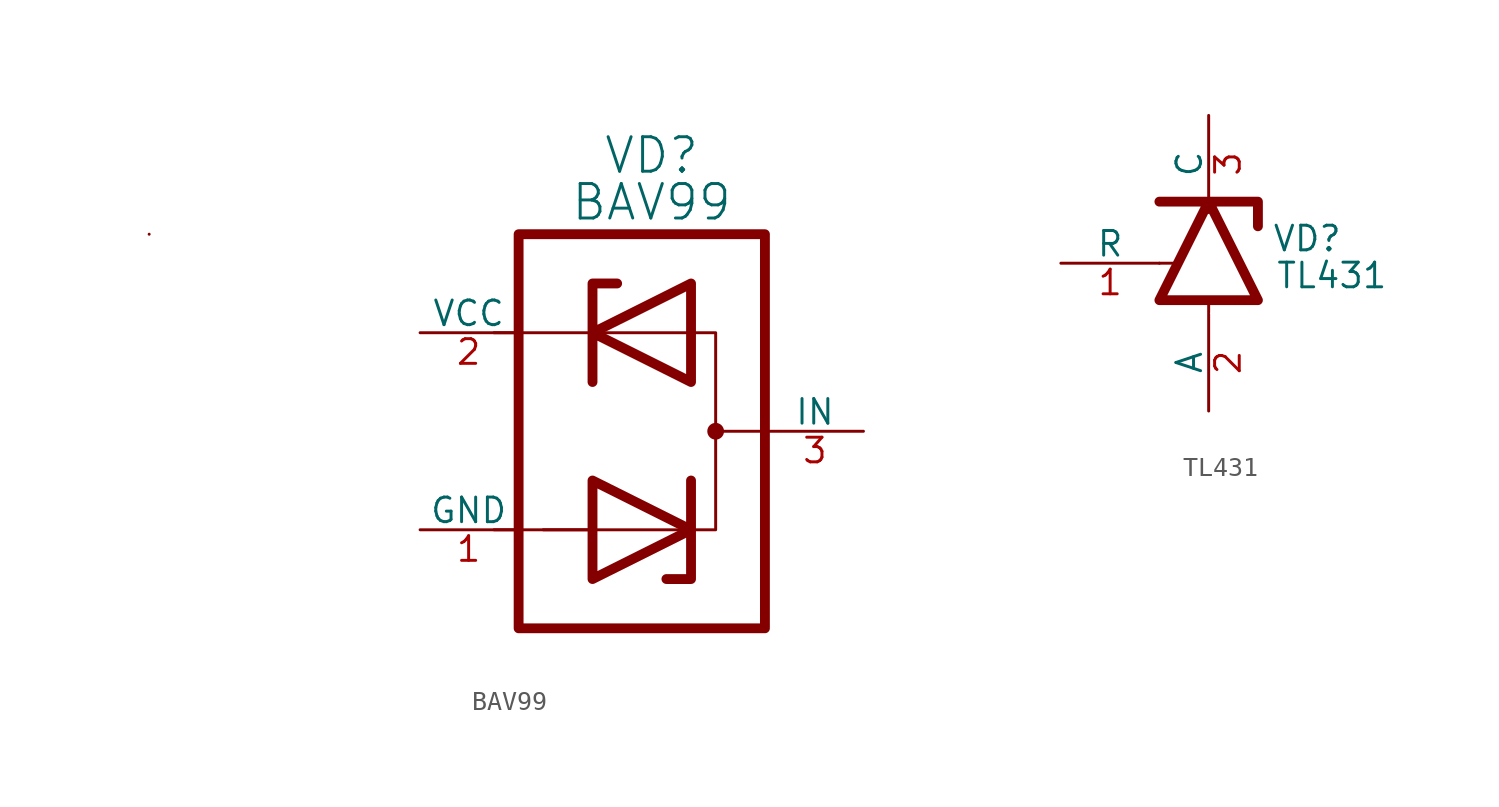
<source format=kicad_sym>
(kicad_symbol_lib
  (version 20211014)
  (generator kicad_symbol_editor)
  (symbol "BAV99"
    (pin_names
      (offset 0))
    (property "Reference" "VD"
      (at 0.508 4.064 0)
      (effects (font (size 1.778 1.778))))
    (property "Value" "BAV99"
      (at 0.508 1.651 0)
      (effects (font (size 1.778 1.778))))
    (symbol "BAV99_0_1"
      (rectangle (start -6.35 0) (end 6.35 -20.32) (stroke (width 0.508) (type default) (color 0 0 0 0)) (fill (type none)))
      (polyline (pts (xy -7.62 -15.24) (xy 2.54 -15.24)) (stroke (width 0) (type default) (color 0 0 0 0)) (fill (type none)))
      (polyline (pts (xy -7.62 -5.08) (xy 2.54 -5.08)) (stroke (width 0) (type default) (color 0 0 0 0)) (fill (type none)))
      (polyline (pts (xy -2.54 -15.24) (xy -5.08 -15.24)) (stroke (width 0) (type default) (color 0 0 0 0)) (fill (type none)))
      (polyline (pts (xy 3.556 -10.16) (xy 6.35 -10.16)) (stroke (width 0) (type default) (color 0 0 0 0)) (fill (type none)))
      (polyline (pts (xy 2.54 -5.08) (xy 3.81 -5.08) (xy 3.81 -15.24) (xy 2.54 -15.24)) (stroke (width 0) (type default) (color 0 0 0 0)) (fill (type none)))
      (circle (center 3.81 -10.16) (radius 0.356) (stroke (width 0) (type default) (color 0 0 0 0)) (fill (type outline))))
    (symbol "BAV99_1_1"
      (polyline (pts (xy -25.4 0) (xy -25.4 0)) (stroke (width 0) (type default) (color 0 0 0 0)) (fill (type none)))
      (polyline (pts (xy -2.54 -7.62) (xy -2.54 -5.08) (xy 2.54 -7.62) (xy 2.54 -2.54) (xy -2.54 -5.08) (xy -2.54 -2.54) (xy -1.27 -2.54)) (stroke (width 0.508) (type default) (color 0 0 0 0)) (fill (type none)))
      (polyline (pts (xy 2.54 -12.7) (xy 2.54 -15.24) (xy -2.54 -12.7) (xy -2.54 -17.78) (xy 2.54 -15.24) (xy 2.54 -17.78) (xy 1.27 -17.78)) (stroke (width 0.508) (type default) (color 0 0 0 0)) (fill (type none)))
      (pin power_in line (at -11.43 -15.24 0) (length 5.004) (name "GND" (effects (font (size 1.27 1.27)))) (number "1" (effects (font (size 1.27 1.27)))))
      (pin power_in line (at -11.43 -5.08 0) (length 5.004) (name "VCC" (effects (font (size 1.27 1.27)))) (number "2" (effects (font (size 1.27 1.27)))))
      (pin input line (at 11.43 -10.16 180) (length 5.004) (name "IN" (effects (font (size 1.27 1.27)))) (number "3" (effects (font (size 1.27 1.27)))))))
  (symbol "TL431"
    (pin_names
      (offset 0))
    (property "Reference" "VD"
      (at 5.08 1.27 0)
      (effects (font (size 1.27 1.27))))
    (property "Value" "TL431"
      (at 6.35 -0.635 0)
      (effects (font (size 1.27 1.27))))
    (property "MPN" ""
      (at 0 0 0)
      (effects (font (size 1.27 1.27))))
    (property "Assembly" ""
      (at 5.842 -2.54 0)
      (effects (font (size 1.27 1.27))))
    (property "Comment" ""
      (at 0 0 0)
      (effects (font (size 1.27 1.27))))
    (symbol "TL431_0_1"
      (polyline (pts (xy -2.54 0) (xy -1.524 0)) (stroke (width 0) (type default) (color 0 0 0 0)) (fill (type none)))
      (polyline (pts (xy 0 -2.54) (xy 0 -1.905)) (stroke (width 0) (type default) (color 0 0 0 0)) (fill (type none)))
      (polyline (pts (xy -2.54 3.175) (xy 0 3.175) (xy -2.54 -1.905) (xy 2.54 -1.905) (xy 0 3.175) (xy 2.54 3.175) (xy 2.54 1.905)) (stroke (width 0.508) (type default) (color 0 0 0 0)) (fill (type none))))
    (symbol "TL431_1_1"
      (pin input line (at -7.62 0 0) (length 5.08) (name "R" (effects (font (size 1.27 1.27)))) (number "1" (effects (font (size 1.27 1.27)))))
      (pin power_in line (at 0 -7.62 90) (length 5.004) (name "A" (effects (font (size 1.27 1.27)))) (number "2" (effects (font (size 1.27 1.27)))))
      (pin power_in line (at 0 7.62 270) (length 5.004) (name "C" (effects (font (size 1.27 1.27)))) (number "3" (effects (font (size 1.27 1.27))))))))
</source>
